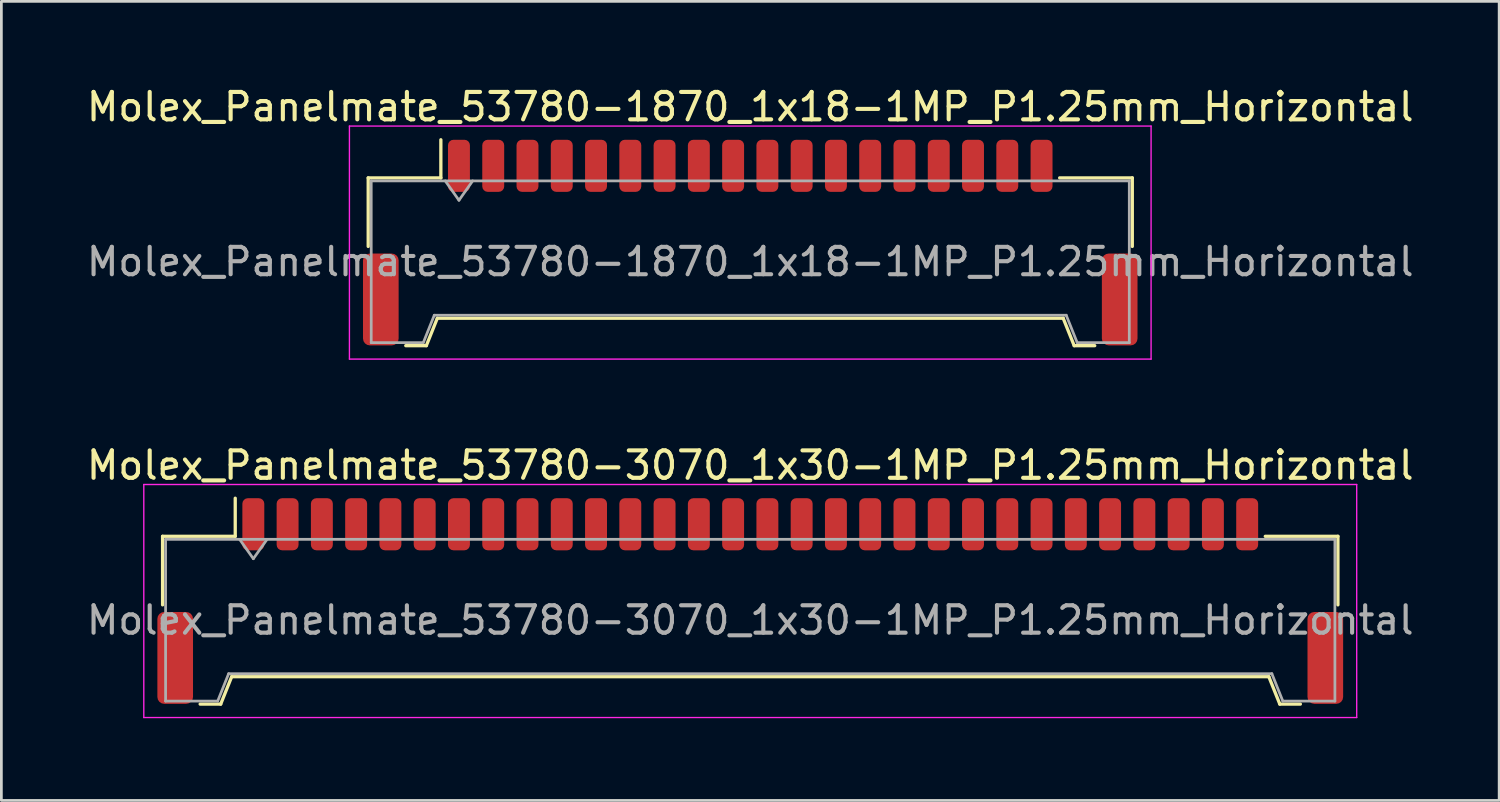
<source format=kicad_pcb>
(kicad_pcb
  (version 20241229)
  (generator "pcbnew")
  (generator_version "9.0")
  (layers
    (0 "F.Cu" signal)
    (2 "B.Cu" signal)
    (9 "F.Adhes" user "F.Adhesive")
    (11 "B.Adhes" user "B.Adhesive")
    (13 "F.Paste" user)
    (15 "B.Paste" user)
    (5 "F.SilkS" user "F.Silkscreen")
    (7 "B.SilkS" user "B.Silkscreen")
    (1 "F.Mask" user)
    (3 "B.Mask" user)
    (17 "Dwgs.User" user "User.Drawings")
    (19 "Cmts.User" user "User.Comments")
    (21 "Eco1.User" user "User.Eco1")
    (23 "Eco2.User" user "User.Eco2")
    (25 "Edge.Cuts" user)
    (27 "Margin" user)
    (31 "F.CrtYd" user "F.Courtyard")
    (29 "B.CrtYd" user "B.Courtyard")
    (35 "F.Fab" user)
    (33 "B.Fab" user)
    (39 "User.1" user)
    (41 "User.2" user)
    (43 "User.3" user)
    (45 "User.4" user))
  (footprint "Molex_Panelmate_53780-3070_1x30-1MP_P1.25mm_Horizontal"
    (layer "F.Cu")
    (at 24.315 18.872)
    (property "Reference" "Molex_Panelmate_53780-3070_1x30-1MP_P1.25mm_Horizontal" (at 0 -4.95 0) (layer "F.SilkS") (effects (font (size 1 1) (thickness 0.15))))
    (attr smd)
    (fp_line (start -21.435 -2.36) (end -18.785 -2.36) (stroke (width 0.12) (type solid)) (layer "F.SilkS"))
    (fp_line (start -21.435 0.14) (end -21.435 -2.36) (stroke (width 0.12) (type solid)) (layer "F.SilkS"))
    (fp_line (start -20.065 3.76) (end -19.315 3.76) (stroke (width 0.12) (type solid)) (layer "F.SilkS"))
    (fp_line (start -19.315 3.76) (end -18.915 2.76) (stroke (width 0.12) (type solid)) (layer "F.SilkS"))
    (fp_line (start -18.915 2.76) (end 18.915 2.76) (stroke (width 0.12) (type solid)) (layer "F.SilkS"))
    (fp_line (start -18.785 -2.36) (end -18.785 -3.75) (stroke (width 0.12) (type solid)) (layer "F.SilkS"))
    (fp_line (start 18.915 2.76) (end 19.315 3.76) (stroke (width 0.12) (type solid)) (layer "F.SilkS"))
    (fp_line (start 19.315 3.76) (end 20.065 3.76) (stroke (width 0.12) (type solid)) (layer "F.SilkS"))
    (fp_line (start 21.435 -2.36) (end 18.785 -2.36) (stroke (width 0.12) (type solid)) (layer "F.SilkS"))
    (fp_line (start 21.435 0.14) (end 21.435 -2.36) (stroke (width 0.12) (type solid)) (layer "F.SilkS"))
    (fp_line (start -22.12 -4.25) (end -22.12 4.25) (stroke (width 0.05) (type solid)) (layer "F.CrtYd"))
    (fp_line (start -22.12 4.25) (end 22.12 4.25) (stroke (width 0.05) (type solid)) (layer "F.CrtYd"))
    (fp_line (start 22.12 -4.25) (end -22.12 -4.25) (stroke (width 0.05) (type solid)) (layer "F.CrtYd"))
    (fp_line (start 22.12 4.25) (end 22.12 -4.25) (stroke (width 0.05) (type solid)) (layer "F.CrtYd"))
    (fp_line (start -21.325 -2.25) (end -21.325 3.65) (stroke (width 0.1) (type solid)) (layer "F.Fab"))
    (fp_line (start -21.325 -2.25) (end 21.325 -2.25) (stroke (width 0.1) (type solid)) (layer "F.Fab"))
    (fp_line (start -21.325 3.65) (end -19.425 3.65) (stroke (width 0.1) (type solid)) (layer "F.Fab"))
    (fp_line (start -19.425 3.65) (end -19.025 2.65) (stroke (width 0.1) (type solid)) (layer "F.Fab"))
    (fp_line (start -19.025 2.65) (end 19.025 2.65) (stroke (width 0.1) (type solid)) (layer "F.Fab"))
    (fp_line (start -18.625 -2.25) (end -18.125 -1.543) (stroke (width 0.1) (type solid)) (layer "F.Fab"))
    (fp_line (start -18.125 -1.543) (end -17.625 -2.25) (stroke (width 0.1) (type solid)) (layer "F.Fab"))
    (fp_line (start 19.025 2.65) (end 19.425 3.65) (stroke (width 0.1) (type solid)) (layer "F.Fab"))
    (fp_line (start 19.425 3.65) (end 21.325 3.65) (stroke (width 0.1) (type solid)) (layer "F.Fab"))
    (fp_line (start 21.325 -2.25) (end 21.325 3.65) (stroke (width 0.1) (type solid)) (layer "F.Fab"))
    (fp_text user "${REFERENCE}" (at 0 0.7 0) (layer "F.Fab") (effects (font (size 1 1) (thickness 0.15))))
    (pad "1" smd roundrect (at -18.125 -2.8) (size 0.8 1.9) (layers "F.Cu" "F.Mask" "F.Paste") (roundrect_rratio 0.25))
    (pad "2" smd roundrect (at -16.875 -2.8) (size 0.8 1.9) (layers "F.Cu" "F.Mask" "F.Paste") (roundrect_rratio 0.25))
    (pad "3" smd roundrect (at -15.625 -2.8) (size 0.8 1.9) (layers "F.Cu" "F.Mask" "F.Paste") (roundrect_rratio 0.25))
    (pad "4" smd roundrect (at -14.375 -2.8) (size 0.8 1.9) (layers "F.Cu" "F.Mask" "F.Paste") (roundrect_rratio 0.25))
    (pad "5" smd roundrect (at -13.125 -2.8) (size 0.8 1.9) (layers "F.Cu" "F.Mask" "F.Paste") (roundrect_rratio 0.25))
    (pad "6" smd roundrect (at -11.875 -2.8) (size 0.8 1.9) (layers "F.Cu" "F.Mask" "F.Paste") (roundrect_rratio 0.25))
    (pad "7" smd roundrect (at -10.625 -2.8) (size 0.8 1.9) (layers "F.Cu" "F.Mask" "F.Paste") (roundrect_rratio 0.25))
    (pad "8" smd roundrect (at -9.375 -2.8) (size 0.8 1.9) (layers "F.Cu" "F.Mask" "F.Paste") (roundrect_rratio 0.25))
    (pad "9" smd roundrect (at -8.125 -2.8) (size 0.8 1.9) (layers "F.Cu" "F.Mask" "F.Paste") (roundrect_rratio 0.25))
    (pad "10" smd roundrect (at -6.875 -2.8) (size 0.8 1.9) (layers "F.Cu" "F.Mask" "F.Paste") (roundrect_rratio 0.25))
    (pad "11" smd roundrect (at -5.625 -2.8) (size 0.8 1.9) (layers "F.Cu" "F.Mask" "F.Paste") (roundrect_rratio 0.25))
    (pad "12" smd roundrect (at -4.375 -2.8) (size 0.8 1.9) (layers "F.Cu" "F.Mask" "F.Paste") (roundrect_rratio 0.25))
    (pad "13" smd roundrect (at -3.125 -2.8) (size 0.8 1.9) (layers "F.Cu" "F.Mask" "F.Paste") (roundrect_rratio 0.25))
    (pad "14" smd roundrect (at -1.875 -2.8) (size 0.8 1.9) (layers "F.Cu" "F.Mask" "F.Paste") (roundrect_rratio 0.25))
    (pad "15" smd roundrect (at -0.625 -2.8) (size 0.8 1.9) (layers "F.Cu" "F.Mask" "F.Paste") (roundrect_rratio 0.25))
    (pad "16" smd roundrect (at 0.625 -2.8) (size 0.8 1.9) (layers "F.Cu" "F.Mask" "F.Paste") (roundrect_rratio 0.25))
    (pad "17" smd roundrect (at 1.875 -2.8) (size 0.8 1.9) (layers "F.Cu" "F.Mask" "F.Paste") (roundrect_rratio 0.25))
    (pad "18" smd roundrect (at 3.125 -2.8) (size 0.8 1.9) (layers "F.Cu" "F.Mask" "F.Paste") (roundrect_rratio 0.25))
    (pad "19" smd roundrect (at 4.375 -2.8) (size 0.8 1.9) (layers "F.Cu" "F.Mask" "F.Paste") (roundrect_rratio 0.25))
    (pad "20" smd roundrect (at 5.625 -2.8) (size 0.8 1.9) (layers "F.Cu" "F.Mask" "F.Paste") (roundrect_rratio 0.25))
    (pad "21" smd roundrect (at 6.875 -2.8) (size 0.8 1.9) (layers "F.Cu" "F.Mask" "F.Paste") (roundrect_rratio 0.25))
    (pad "22" smd roundrect (at 8.125 -2.8) (size 0.8 1.9) (layers "F.Cu" "F.Mask" "F.Paste") (roundrect_rratio 0.25))
    (pad "23" smd roundrect (at 9.375 -2.8) (size 0.8 1.9) (layers "F.Cu" "F.Mask" "F.Paste") (roundrect_rratio 0.25))
    (pad "24" smd roundrect (at 10.625 -2.8) (size 0.8 1.9) (layers "F.Cu" "F.Mask" "F.Paste") (roundrect_rratio 0.25))
    (pad "25" smd roundrect (at 11.875 -2.8) (size 0.8 1.9) (layers "F.Cu" "F.Mask" "F.Paste") (roundrect_rratio 0.25))
    (pad "26" smd roundrect (at 13.125 -2.8) (size 0.8 1.9) (layers "F.Cu" "F.Mask" "F.Paste") (roundrect_rratio 0.25))
    (pad "27" smd roundrect (at 14.375 -2.8) (size 0.8 1.9) (layers "F.Cu" "F.Mask" "F.Paste") (roundrect_rratio 0.25))
    (pad "28" smd roundrect (at 15.625 -2.8) (size 0.8 1.9) (layers "F.Cu" "F.Mask" "F.Paste") (roundrect_rratio 0.25))
    (pad "29" smd roundrect (at 16.875 -2.8) (size 0.8 1.9) (layers "F.Cu" "F.Mask" "F.Paste") (roundrect_rratio 0.25))
    (pad "30" smd roundrect (at 18.125 -2.8) (size 0.8 1.9) (layers "F.Cu" "F.Mask" "F.Paste") (roundrect_rratio 0.25))
    (pad "MP" smd roundrect (at -20.975 2.075) (size 1.3 3.35) (layers "F.Cu" "F.Mask" "F.Paste") (roundrect_rratio 0.192))
    (pad "MP" smd roundrect (at 20.975 2.075) (size 1.3 3.35) (layers "F.Cu" "F.Mask" "F.Paste") (roundrect_rratio 0.192)))
  (footprint "Molex_Panelmate_53780-1870_1x18-1MP_P1.25mm_Horizontal"
    (layer "F.Cu")
    (at 24.315 5.798)
    (property "Reference" "Molex_Panelmate_53780-1870_1x18-1MP_P1.25mm_Horizontal" (at 0 -4.95 0) (layer "F.SilkS") (effects (font (size 1 1) (thickness 0.15))))
    (attr smd)
    (fp_line (start -13.935 -2.36) (end -11.285 -2.36) (stroke (width 0.12) (type solid)) (layer "F.SilkS"))
    (fp_line (start -13.935 0.14) (end -13.935 -2.36) (stroke (width 0.12) (type solid)) (layer "F.SilkS"))
    (fp_line (start -12.565 3.76) (end -11.815 3.76) (stroke (width 0.12) (type solid)) (layer "F.SilkS"))
    (fp_line (start -11.815 3.76) (end -11.415 2.76) (stroke (width 0.12) (type solid)) (layer "F.SilkS"))
    (fp_line (start -11.415 2.76) (end 11.415 2.76) (stroke (width 0.12) (type solid)) (layer "F.SilkS"))
    (fp_line (start -11.285 -2.36) (end -11.285 -3.75) (stroke (width 0.12) (type solid)) (layer "F.SilkS"))
    (fp_line (start 11.415 2.76) (end 11.815 3.76) (stroke (width 0.12) (type solid)) (layer "F.SilkS"))
    (fp_line (start 11.815 3.76) (end 12.565 3.76) (stroke (width 0.12) (type solid)) (layer "F.SilkS"))
    (fp_line (start 13.935 -2.36) (end 11.285 -2.36) (stroke (width 0.12) (type solid)) (layer "F.SilkS"))
    (fp_line (start 13.935 0.14) (end 13.935 -2.36) (stroke (width 0.12) (type solid)) (layer "F.SilkS"))
    (fp_line (start -14.62 -4.25) (end -14.62 4.25) (stroke (width 0.05) (type solid)) (layer "F.CrtYd"))
    (fp_line (start -14.62 4.25) (end 14.62 4.25) (stroke (width 0.05) (type solid)) (layer "F.CrtYd"))
    (fp_line (start 14.62 -4.25) (end -14.62 -4.25) (stroke (width 0.05) (type solid)) (layer "F.CrtYd"))
    (fp_line (start 14.62 4.25) (end 14.62 -4.25) (stroke (width 0.05) (type solid)) (layer "F.CrtYd"))
    (fp_line (start -13.825 -2.25) (end -13.825 3.65) (stroke (width 0.1) (type solid)) (layer "F.Fab"))
    (fp_line (start -13.825 -2.25) (end 13.825 -2.25) (stroke (width 0.1) (type solid)) (layer "F.Fab"))
    (fp_line (start -13.825 3.65) (end -11.925 3.65) (stroke (width 0.1) (type solid)) (layer "F.Fab"))
    (fp_line (start -11.925 3.65) (end -11.525 2.65) (stroke (width 0.1) (type solid)) (layer "F.Fab"))
    (fp_line (start -11.525 2.65) (end 11.525 2.65) (stroke (width 0.1) (type solid)) (layer "F.Fab"))
    (fp_line (start -11.125 -2.25) (end -10.625 -1.543) (stroke (width 0.1) (type solid)) (layer "F.Fab"))
    (fp_line (start -10.625 -1.543) (end -10.125 -2.25) (stroke (width 0.1) (type solid)) (layer "F.Fab"))
    (fp_line (start 11.525 2.65) (end 11.925 3.65) (stroke (width 0.1) (type solid)) (layer "F.Fab"))
    (fp_line (start 11.925 3.65) (end 13.825 3.65) (stroke (width 0.1) (type solid)) (layer "F.Fab"))
    (fp_line (start 13.825 -2.25) (end 13.825 3.65) (stroke (width 0.1) (type solid)) (layer "F.Fab"))
    (fp_text user "${REFERENCE}" (at 0 0.7 0) (layer "F.Fab") (effects (font (size 1 1) (thickness 0.15))))
    (pad "1" smd roundrect (at -10.625 -2.8) (size 0.8 1.9) (layers "F.Cu" "F.Mask" "F.Paste") (roundrect_rratio 0.25))
    (pad "2" smd roundrect (at -9.375 -2.8) (size 0.8 1.9) (layers "F.Cu" "F.Mask" "F.Paste") (roundrect_rratio 0.25))
    (pad "3" smd roundrect (at -8.125 -2.8) (size 0.8 1.9) (layers "F.Cu" "F.Mask" "F.Paste") (roundrect_rratio 0.25))
    (pad "4" smd roundrect (at -6.875 -2.8) (size 0.8 1.9) (layers "F.Cu" "F.Mask" "F.Paste") (roundrect_rratio 0.25))
    (pad "5" smd roundrect (at -5.625 -2.8) (size 0.8 1.9) (layers "F.Cu" "F.Mask" "F.Paste") (roundrect_rratio 0.25))
    (pad "6" smd roundrect (at -4.375 -2.8) (size 0.8 1.9) (layers "F.Cu" "F.Mask" "F.Paste") (roundrect_rratio 0.25))
    (pad "7" smd roundrect (at -3.125 -2.8) (size 0.8 1.9) (layers "F.Cu" "F.Mask" "F.Paste") (roundrect_rratio 0.25))
    (pad "8" smd roundrect (at -1.875 -2.8) (size 0.8 1.9) (layers "F.Cu" "F.Mask" "F.Paste") (roundrect_rratio 0.25))
    (pad "9" smd roundrect (at -0.625 -2.8) (size 0.8 1.9) (layers "F.Cu" "F.Mask" "F.Paste") (roundrect_rratio 0.25))
    (pad "10" smd roundrect (at 0.625 -2.8) (size 0.8 1.9) (layers "F.Cu" "F.Mask" "F.Paste") (roundrect_rratio 0.25))
    (pad "11" smd roundrect (at 1.875 -2.8) (size 0.8 1.9) (layers "F.Cu" "F.Mask" "F.Paste") (roundrect_rratio 0.25))
    (pad "12" smd roundrect (at 3.125 -2.8) (size 0.8 1.9) (layers "F.Cu" "F.Mask" "F.Paste") (roundrect_rratio 0.25))
    (pad "13" smd roundrect (at 4.375 -2.8) (size 0.8 1.9) (layers "F.Cu" "F.Mask" "F.Paste") (roundrect_rratio 0.25))
    (pad "14" smd roundrect (at 5.625 -2.8) (size 0.8 1.9) (layers "F.Cu" "F.Mask" "F.Paste") (roundrect_rratio 0.25))
    (pad "15" smd roundrect (at 6.875 -2.8) (size 0.8 1.9) (layers "F.Cu" "F.Mask" "F.Paste") (roundrect_rratio 0.25))
    (pad "16" smd roundrect (at 8.125 -2.8) (size 0.8 1.9) (layers "F.Cu" "F.Mask" "F.Paste") (roundrect_rratio 0.25))
    (pad "17" smd roundrect (at 9.375 -2.8) (size 0.8 1.9) (layers "F.Cu" "F.Mask" "F.Paste") (roundrect_rratio 0.25))
    (pad "18" smd roundrect (at 10.625 -2.8) (size 0.8 1.9) (layers "F.Cu" "F.Mask" "F.Paste") (roundrect_rratio 0.25))
    (pad "MP" smd roundrect (at -13.475 2.075) (size 1.3 3.35) (layers "F.Cu" "F.Mask" "F.Paste") (roundrect_rratio 0.192))
    (pad "MP" smd roundrect (at 13.475 2.075) (size 1.3 3.35) (layers "F.Cu" "F.Mask" "F.Paste") (roundrect_rratio 0.192)))
  (gr_rect
    (start -3 -3)
    (end 51.631 26.146)
    (stroke (width 0.1) (type default))
    (fill no)
    (layer "Edge.Cuts")))
</source>
